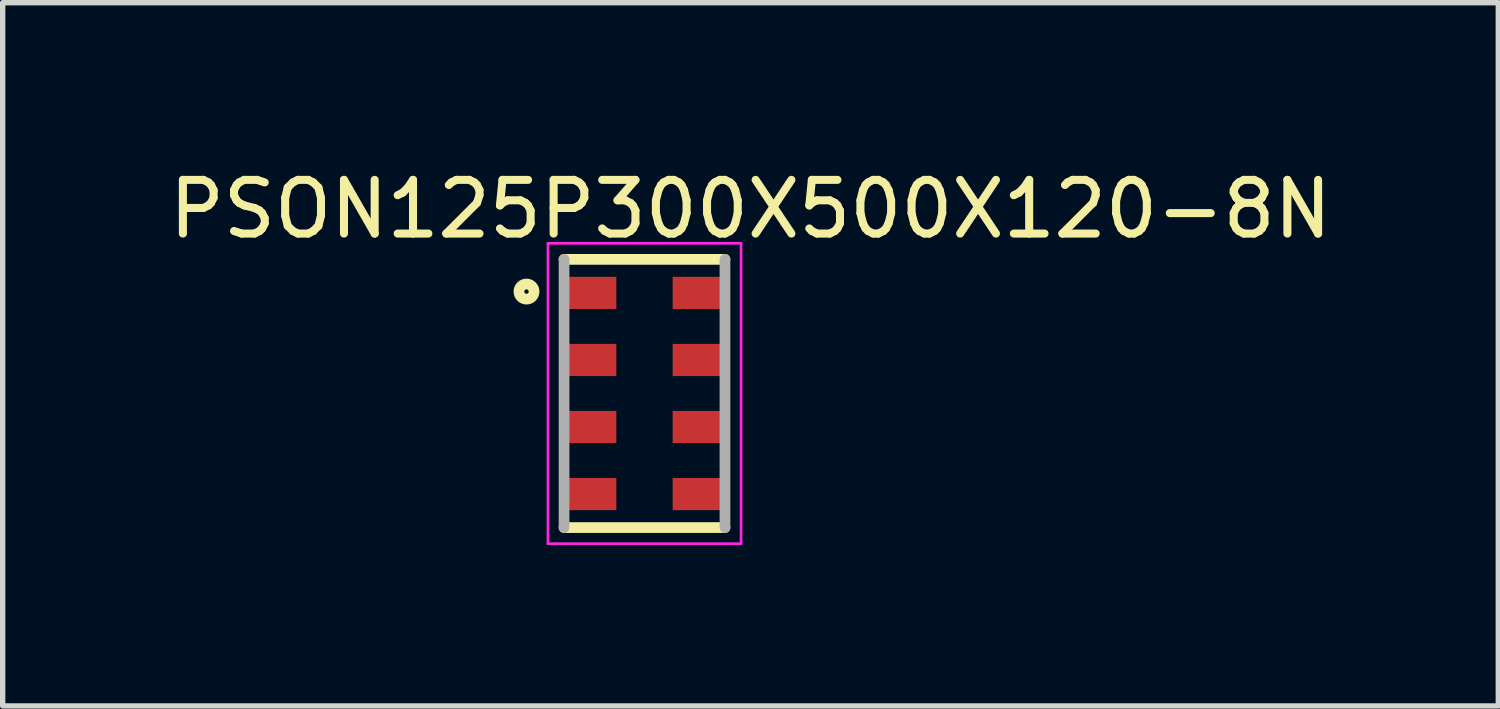
<source format=kicad_pcb>
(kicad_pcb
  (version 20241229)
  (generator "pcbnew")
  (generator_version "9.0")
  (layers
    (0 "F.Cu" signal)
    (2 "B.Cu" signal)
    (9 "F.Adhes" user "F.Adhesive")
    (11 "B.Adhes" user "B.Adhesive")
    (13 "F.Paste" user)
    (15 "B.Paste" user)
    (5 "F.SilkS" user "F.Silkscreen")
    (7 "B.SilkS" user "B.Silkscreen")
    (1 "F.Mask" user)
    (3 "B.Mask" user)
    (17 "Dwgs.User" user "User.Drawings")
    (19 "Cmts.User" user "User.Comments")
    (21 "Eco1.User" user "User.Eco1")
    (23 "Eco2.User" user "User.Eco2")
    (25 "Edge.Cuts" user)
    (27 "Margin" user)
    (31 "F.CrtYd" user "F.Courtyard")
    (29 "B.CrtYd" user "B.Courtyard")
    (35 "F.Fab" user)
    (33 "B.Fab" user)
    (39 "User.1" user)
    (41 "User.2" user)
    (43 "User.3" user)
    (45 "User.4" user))
  (footprint "PSON125P300X500X120-8N"
    (layer "F.Cu")
    (at 8.966 4.286)
    (property "Reference" "PSON125P300X500X120-8N" (at 1.976 -3.437 0) (layer "F.SilkS") (effects (font (size 1.001 1.001) (thickness 0.15))))
    (attr smd)
    (fp_line (start -1.5 -2.5) (end 1.5 -2.5) (stroke (width 0.2) (type solid)) (layer "F.SilkS"))
    (fp_line (start 1.5 2.5) (end -1.5 2.5) (stroke (width 0.2) (type solid)) (layer "F.SilkS"))
    (fp_circle (center -2.2 -1.9) (end -2.059 -1.9) (stroke (width 0.2) (type solid)) (fill no) (layer "F.SilkS"))
    (fp_line (start -1.8 -2.8) (end 1.8 -2.8) (stroke (width 0.05) (type solid)) (layer "F.CrtYd"))
    (fp_line (start -1.8 2.8) (end -1.8 -2.8) (stroke (width 0.05) (type solid)) (layer "F.CrtYd"))
    (fp_line (start 1.8 -2.8) (end 1.8 2.8) (stroke (width 0.05) (type solid)) (layer "F.CrtYd"))
    (fp_line (start 1.8 2.8) (end -1.8 2.8) (stroke (width 0.05) (type solid)) (layer "F.CrtYd"))
    (fp_line (start -1.5 2.5) (end -1.5 -2.5) (stroke (width 0.2) (type solid)) (layer "F.Fab"))
    (fp_line (start 1.5 -2.5) (end 1.5 2.5) (stroke (width 0.2) (type solid)) (layer "F.Fab"))
    (pad "1" smd rect (at -1 -1.875) (size 0.95 0.6) (layers "F.Cu" "F.Mask" "F.Paste"))
    (pad "2" smd rect (at -1 -0.625) (size 0.95 0.6) (layers "F.Cu" "F.Mask" "F.Paste"))
    (pad "3" smd rect (at -1 0.625) (size 0.95 0.6) (layers "F.Cu" "F.Mask" "F.Paste"))
    (pad "4" smd rect (at -1 1.875) (size 0.95 0.6) (layers "F.Cu" "F.Mask" "F.Paste"))
    (pad "5" smd rect (at 1 1.875) (size 0.95 0.6) (layers "F.Cu" "F.Mask" "F.Paste"))
    (pad "6" smd rect (at 1 0.625) (size 0.95 0.6) (layers "F.Cu" "F.Mask" "F.Paste"))
    (pad "7" smd rect (at 1 -0.625) (size 0.95 0.6) (layers "F.Cu" "F.Mask" "F.Paste"))
    (pad "8" smd rect (at 1 -1.875) (size 0.95 0.6) (layers "F.Cu" "F.Mask" "F.Paste")))
  (gr_rect
    (start -3 -3)
    (end 24.884 10.111)
    (stroke (width 0.1) (type default))
    (fill no)
    (layer "Edge.Cuts")))
</source>
